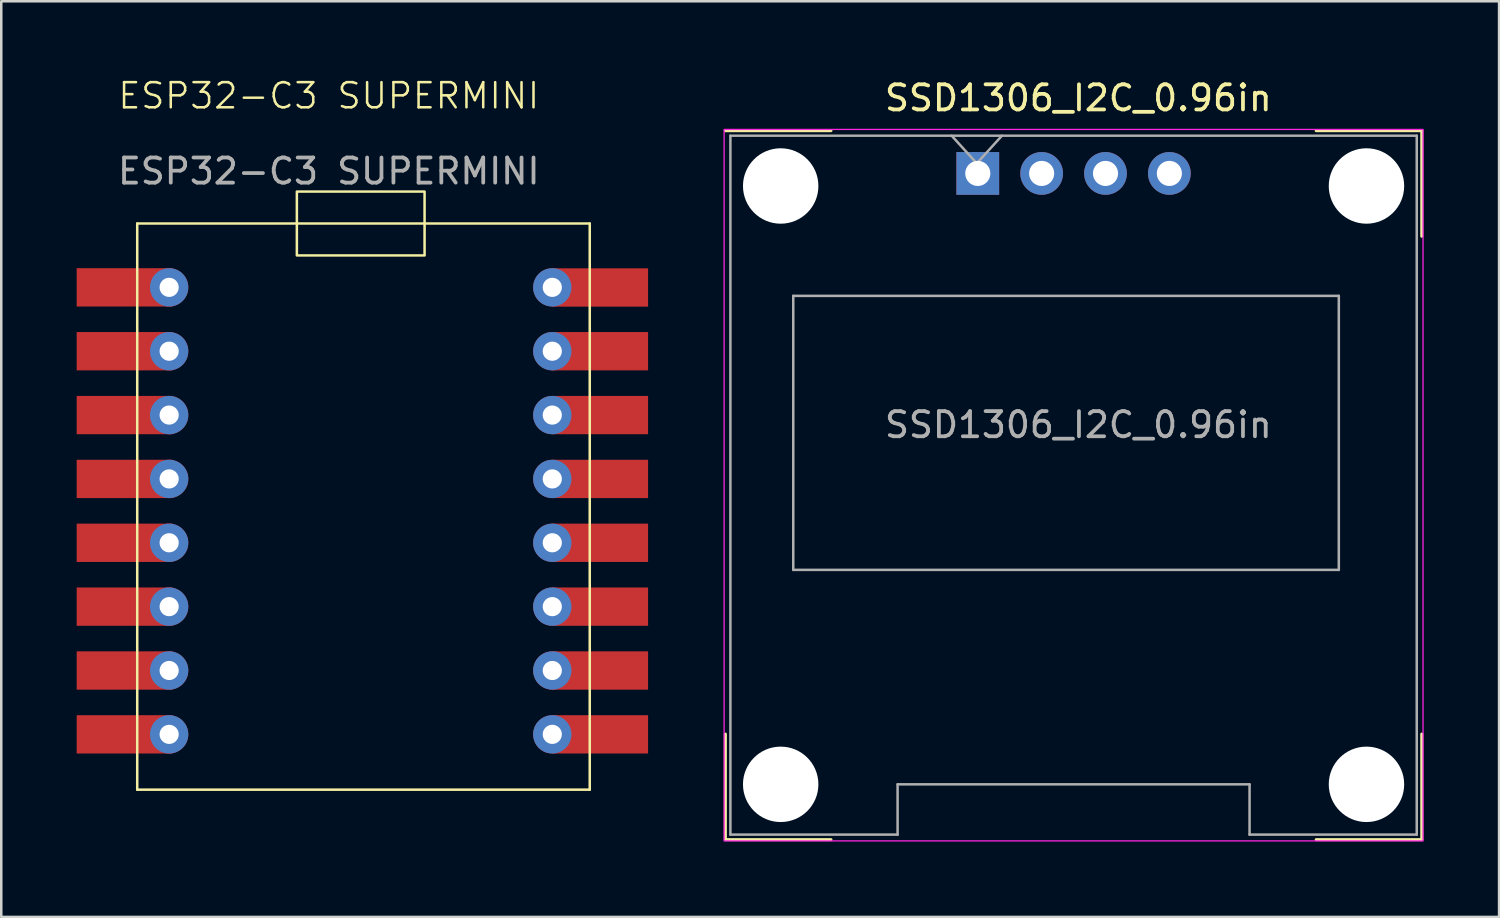
<source format=kicad_pcb>
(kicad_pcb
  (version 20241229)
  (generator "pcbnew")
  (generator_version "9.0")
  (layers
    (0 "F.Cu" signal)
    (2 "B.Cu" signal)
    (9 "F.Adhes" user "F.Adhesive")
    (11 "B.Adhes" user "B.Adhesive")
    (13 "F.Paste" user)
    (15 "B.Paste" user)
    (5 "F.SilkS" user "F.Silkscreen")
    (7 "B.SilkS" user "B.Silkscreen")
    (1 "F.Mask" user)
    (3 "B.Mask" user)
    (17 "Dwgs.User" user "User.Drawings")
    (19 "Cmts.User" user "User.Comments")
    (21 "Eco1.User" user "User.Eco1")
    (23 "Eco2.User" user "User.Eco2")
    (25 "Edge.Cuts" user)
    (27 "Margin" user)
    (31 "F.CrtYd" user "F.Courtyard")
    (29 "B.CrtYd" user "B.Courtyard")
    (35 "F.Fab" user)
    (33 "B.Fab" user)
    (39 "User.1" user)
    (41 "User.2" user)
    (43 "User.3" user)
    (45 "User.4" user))
  (footprint "SSD1306_I2C_0.96in"
    (layer "F.Cu")
    (at 35.843 3.848)
    (property "Reference" "SSD1306_I2C_0.96in" (at 4 -3 0) (layer "F.SilkS") (effects (font (size 1 1) (thickness 0.15))))
    (attr through_hole)
    (fp_line (start -10.04 26.5) (end -10.04 22.3) (stroke (width 0.12) (type solid)) (layer "F.SilkS"))
    (fp_line (start -5.84 -1.7) (end -10.04 -1.7) (stroke (width 0.12) (type solid)) (layer "F.SilkS"))
    (fp_line (start -5.84 26.5) (end -10.04 26.5) (stroke (width 0.12) (type solid)) (layer "F.SilkS"))
    (fp_line (start 13.46 -1.7) (end 17.66 -1.7) (stroke (width 0.12) (type solid)) (layer "F.SilkS"))
    (fp_line (start 17.66 -1.7) (end 17.66 2.5) (stroke (width 0.12) (type solid)) (layer "F.SilkS"))
    (fp_line (start 17.66 22.3) (end 17.66 26.5) (stroke (width 0.12) (type solid)) (layer "F.SilkS"))
    (fp_line (start 17.66 26.5) (end 13.46 26.5) (stroke (width 0.12) (type solid)) (layer "F.SilkS"))
    (fp_rect (start -10.09 -1.75) (end 17.71 26.55) (stroke (width 0.05) (type solid)) (fill no) (layer "F.CrtYd"))
    (fp_line (start -9.84 -1.5) (end 17.46 -1.5) (stroke (width 0.1) (type solid)) (layer "F.Fab"))
    (fp_line (start -9.84 26.3) (end -9.84 -1.5) (stroke (width 0.1) (type solid)) (layer "F.Fab"))
    (fp_line (start -7.34 4.87) (end 14.36 4.87) (stroke (width 0.1) (type solid)) (layer "F.Fab"))
    (fp_line (start -7.34 15.77) (end -7.34 4.87) (stroke (width 0.1) (type solid)) (layer "F.Fab"))
    (fp_line (start -3.19 24.3) (end -3.19 26.3) (stroke (width 0.1) (type solid)) (layer "F.Fab"))
    (fp_line (start -3.19 26.3) (end -9.84 26.3) (stroke (width 0.1) (type solid)) (layer "F.Fab"))
    (fp_line (start -0.04 -0.4) (end -1.04 -1.5) (stroke (width 0.1) (type solid)) (layer "F.Fab"))
    (fp_line (start -0.04 -0.4) (end 0.96 -1.5) (stroke (width 0.1) (type solid)) (layer "F.Fab"))
    (fp_line (start 10.81 24.3) (end -3.19 24.3) (stroke (width 0.1) (type solid)) (layer "F.Fab"))
    (fp_line (start 10.81 26.3) (end 10.81 24.3) (stroke (width 0.1) (type solid)) (layer "F.Fab"))
    (fp_line (start 14.36 4.87) (end 14.36 15.77) (stroke (width 0.1) (type solid)) (layer "F.Fab"))
    (fp_line (start 14.36 15.77) (end -7.34 15.77) (stroke (width 0.1) (type solid)) (layer "F.Fab"))
    (fp_line (start 17.46 -1.5) (end 17.46 26.3) (stroke (width 0.1) (type solid)) (layer "F.Fab"))
    (fp_line (start 17.46 26.3) (end 10.81 26.3) (stroke (width 0.1) (type solid)) (layer "F.Fab"))
    (fp_text user "${REFERENCE}" (at 4 10 0) (layer "F.Fab") (effects (font (size 1 1) (thickness 0.15))))
    (pad "" np_thru_hole circle (at -7.84 0.5) (size 3 3) (drill 3) (layers "*.Cu" "*.Mask"))
    (pad "" np_thru_hole circle (at -7.84 24.3) (size 3 3) (drill 3) (layers "*.Cu" "*.Mask"))
    (pad "" np_thru_hole circle (at 15.46 0.5) (size 3 3) (drill 3) (layers "*.Cu" "*.Mask"))
    (pad "" np_thru_hole circle (at 15.46 24.3) (size 3 3) (drill 3) (layers "*.Cu" "*.Mask"))
    (pad "1" thru_hole rect (at 0 0) (size 1.7 1.7) (drill 1) (layers "*.Cu" "*.Mask"))
    (pad "2" thru_hole circle (at 2.54 0) (size 1.7 1.7) (drill 1) (layers "*.Cu" "*.Mask"))
    (pad "3" thru_hole circle (at 5.08 0) (size 1.7 1.7) (drill 1) (layers "*.Cu" "*.Mask"))
    (pad "4" thru_hole circle (at 7.62 0) (size 1.7 1.7) (drill 1) (layers "*.Cu" "*.Mask")))
  (footprint "ESP32-C3 SUPERMINI"
    (layer "F.Cu")
    (at 2.408 5.84)
    (property "Reference" "ESP32-C3 SUPERMINI" (at 7.62 -5.08 0) (unlocked yes) (layer "F.SilkS") (effects (font (size 1 1) (thickness 0.1))))
    (attr through_hole)
    (fp_line (start 0 0) (end 0 22.52) (stroke (width 0.1) (type default)) (layer "F.SilkS"))
    (fp_line (start 0 0) (end 18 0) (stroke (width 0.1) (type default)) (layer "F.SilkS"))
    (fp_line (start 0 22.52) (end 18 22.52) (stroke (width 0.1) (type default)) (layer "F.SilkS"))
    (fp_line (start 18 0) (end 18 22.52) (stroke (width 0.1) (type default)) (layer "F.SilkS"))
    (fp_rect (start 6.35 1.27) (end 11.43 -1.27) (stroke (width 0.1) (type default)) (fill no) (layer "F.SilkS"))
    (fp_text user "${REFERENCE}" (at 7.62 -2.08 0) (unlocked yes) (layer "F.Fab") (effects (font (size 1 1) (thickness 0.15))))
    (pad "1" thru_hole circle (at 16.51 2.54) (size 1.524 1.524) (drill 0.762) (layers "*.Cu" "*.Mask"))
    (pad "1" smd rect (at 18.412 2.545) (size 3.816 1.524) (layers "F.Cu" "F.Mask"))
    (pad "2" smd rect (at -0.5 2.54) (size 3.816 1.524) (layers "F.Cu" "F.Mask"))
    (pad "2" thru_hole circle (at 1.27 2.54) (size 1.524 1.524) (drill 0.762) (layers "*.Cu" "*.Mask"))
    (pad "3" thru_hole circle (at 16.51 5.08) (size 1.524 1.524) (drill 0.762) (layers "*.Cu" "*.Mask"))
    (pad "3" smd rect (at 18.412 5.08) (size 3.816 1.524) (layers "F.Cu" "F.Mask"))
    (pad "4" smd rect (at -0.5 5.08) (size 3.816 1.524) (layers "F.Cu" "F.Mask"))
    (pad "4" thru_hole circle (at 1.27 5.08) (size 1.524 1.524) (drill 0.762) (layers "*.Cu" "*.Mask"))
    (pad "5" thru_hole circle (at 16.51 7.62) (size 1.524 1.524) (drill 0.762) (layers "*.Cu" "*.Mask"))
    (pad "5" smd rect (at 18.412 7.62) (size 3.816 1.524) (layers "F.Cu" "F.Mask"))
    (pad "6" smd rect (at -0.5 7.62) (size 3.816 1.524) (layers "F.Cu" "F.Mask"))
    (pad "6" thru_hole circle (at 1.27 7.62) (size 1.524 1.524) (drill 0.762) (layers "*.Cu" "*.Mask"))
    (pad "7" thru_hole circle (at 16.51 10.16) (size 1.524 1.524) (drill 0.762) (layers "*.Cu" "*.Mask"))
    (pad "7" smd rect (at 18.412 10.16) (size 3.816 1.524) (layers "F.Cu" "F.Mask"))
    (pad "8" smd rect (at -0.5 10.16) (size 3.816 1.524) (layers "F.Cu" "F.Mask"))
    (pad "8" thru_hole circle (at 1.27 10.16) (size 1.524 1.524) (drill 0.762) (layers "*.Cu" "*.Mask"))
    (pad "9" thru_hole circle (at 16.51 12.7) (size 1.524 1.524) (drill 0.762) (layers "*.Cu" "*.Mask"))
    (pad "9" smd rect (at 18.412 12.7) (size 3.816 1.524) (layers "F.Cu" "F.Mask"))
    (pad "10" smd rect (at -0.5 12.7) (size 3.816 1.524) (layers "F.Cu" "F.Mask"))
    (pad "10" thru_hole circle (at 1.27 12.7) (size 1.524 1.524) (drill 0.762) (layers "*.Cu" "*.Mask"))
    (pad "11" thru_hole circle (at 16.51 15.24) (size 1.524 1.524) (drill 0.762) (layers "*.Cu" "*.Mask"))
    (pad "11" smd rect (at 18.412 15.24) (size 3.816 1.524) (layers "F.Cu" "F.Mask"))
    (pad "12" smd rect (at -0.5 15.24) (size 3.816 1.524) (layers "F.Cu" "F.Mask"))
    (pad "12" thru_hole circle (at 1.27 15.24) (size 1.524 1.524) (drill 0.762) (layers "*.Cu" "*.Mask"))
    (pad "13" thru_hole circle (at 16.51 17.78) (size 1.524 1.524) (drill 0.762) (layers "*.Cu" "*.Mask"))
    (pad "13" smd rect (at 18.412 17.78) (size 3.816 1.524) (layers "F.Cu" "F.Mask"))
    (pad "14" smd rect (at -0.5 17.78) (size 3.816 1.524) (layers "F.Cu" "F.Mask"))
    (pad "14" thru_hole circle (at 1.27 17.78) (size 1.524 1.524) (drill 0.762) (layers "*.Cu" "*.Mask"))
    (pad "15" thru_hole circle (at 16.51 20.32) (size 1.524 1.524) (drill 0.762) (layers "*.Cu" "*.Mask"))
    (pad "15" smd rect (at 18.412 20.32) (size 3.816 1.524) (layers "F.Cu" "F.Mask"))
    (pad "16" smd rect (at -0.5 20.32) (size 3.816 1.524) (layers "F.Cu" "F.Mask"))
    (pad "16" thru_hole circle (at 1.27 20.32) (size 1.524 1.524) (drill 0.762) (layers "*.Cu" "*.Mask")))
  (gr_rect
    (start -3 -3)
    (end 56.578 33.423)
    (stroke (width 0.1) (type default))
    (fill no)
    (layer "Edge.Cuts")))
</source>
